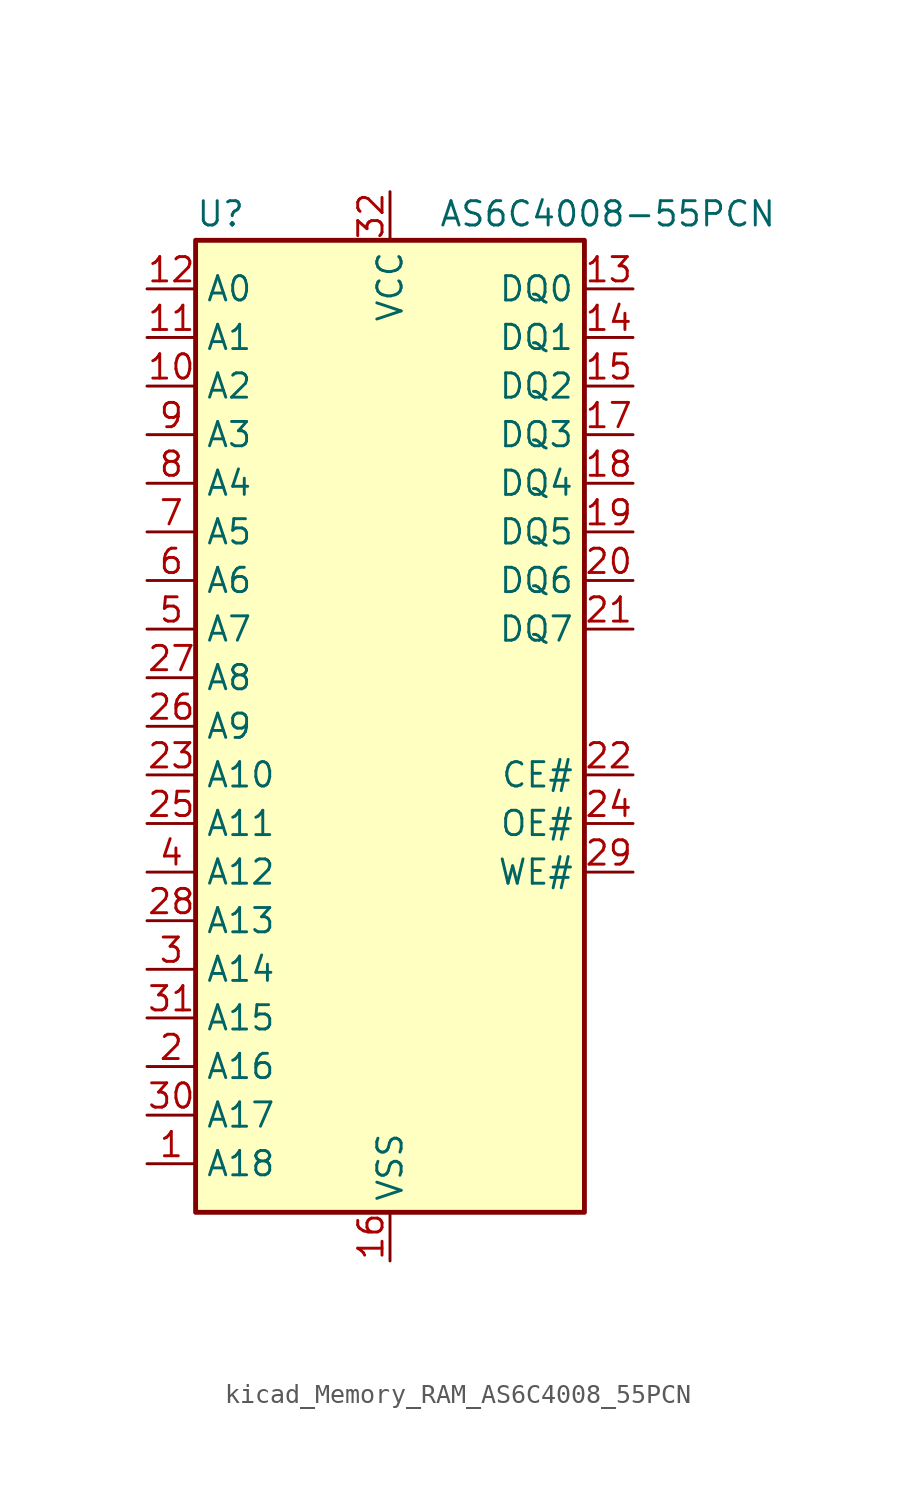
<source format=kicad_sym>
(kicad_symbol_lib
  (version 20220914)
  (generator kicad_symbol_editor)
  (symbol "kicad_Memory_RAM_AS6C4008_55PCN"
    (property "Reference" "U"
      (at -10.16 26.035 0)
      (effects (font (size 1.27 1.27)) (justify left bottom)))
    (property "Value" "AS6C4008-55PCN"
      (at 2.54 26.035 0)
      (effects (font (size 1.27 1.27)) (justify left bottom)))
    (symbol "kicad_Memory_RAM_AS6C4008_55PCN_0_0"
      (pin power_in line (at 0 -27.94 90) (length 2.54) (name "VSS" (effects (font (size 1.27 1.27)))) (number "16" (effects (font (size 1.27 1.27)))))
      (pin power_in line (at 0 27.94 270) (length 2.54) (name "VCC" (effects (font (size 1.27 1.27)))) (number "32" (effects (font (size 1.27 1.27))))))
    (symbol "kicad_Memory_RAM_AS6C4008_55PCN_0_1"
      (rectangle (start -10.16 25.4) (end 10.16 -25.4) (stroke (width 0.254) (type default)) (fill (type background))))
    (symbol "kicad_Memory_RAM_AS6C4008_55PCN_1_1"
      (pin input line (at -12.7 -22.86 0) (length 2.54) (name "A18" (effects (font (size 1.27 1.27)))) (number "1" (effects (font (size 1.27 1.27)))))
      (pin input line (at -12.7 17.78 0) (length 2.54) (name "A2" (effects (font (size 1.27 1.27)))) (number "10" (effects (font (size 1.27 1.27)))))
      (pin input line (at -12.7 20.32 0) (length 2.54) (name "A1" (effects (font (size 1.27 1.27)))) (number "11" (effects (font (size 1.27 1.27)))))
      (pin input line (at -12.7 22.86 0) (length 2.54) (name "A0" (effects (font (size 1.27 1.27)))) (number "12" (effects (font (size 1.27 1.27)))))
      (pin tri_state line (at 12.7 22.86 180) (length 2.54) (name "DQ0" (effects (font (size 1.27 1.27)))) (number "13" (effects (font (size 1.27 1.27)))))
      (pin tri_state line (at 12.7 20.32 180) (length 2.54) (name "DQ1" (effects (font (size 1.27 1.27)))) (number "14" (effects (font (size 1.27 1.27)))))
      (pin tri_state line (at 12.7 17.78 180) (length 2.54) (name "DQ2" (effects (font (size 1.27 1.27)))) (number "15" (effects (font (size 1.27 1.27)))))
      (pin tri_state line (at 12.7 15.24 180) (length 2.54) (name "DQ3" (effects (font (size 1.27 1.27)))) (number "17" (effects (font (size 1.27 1.27)))))
      (pin tri_state line (at 12.7 12.7 180) (length 2.54) (name "DQ4" (effects (font (size 1.27 1.27)))) (number "18" (effects (font (size 1.27 1.27)))))
      (pin tri_state line (at 12.7 10.16 180) (length 2.54) (name "DQ5" (effects (font (size 1.27 1.27)))) (number "19" (effects (font (size 1.27 1.27)))))
      (pin input line (at -12.7 -17.78 0) (length 2.54) (name "A16" (effects (font (size 1.27 1.27)))) (number "2" (effects (font (size 1.27 1.27)))))
      (pin tri_state line (at 12.7 7.62 180) (length 2.54) (name "DQ6" (effects (font (size 1.27 1.27)))) (number "20" (effects (font (size 1.27 1.27)))))
      (pin tri_state line (at 12.7 5.08 180) (length 2.54) (name "DQ7" (effects (font (size 1.27 1.27)))) (number "21" (effects (font (size 1.27 1.27)))))
      (pin input line (at 12.7 -2.54 180) (length 2.54) (name "CE#" (effects (font (size 1.27 1.27)))) (number "22" (effects (font (size 1.27 1.27)))))
      (pin input line (at -12.7 -2.54 0) (length 2.54) (name "A10" (effects (font (size 1.27 1.27)))) (number "23" (effects (font (size 1.27 1.27)))))
      (pin input line (at 12.7 -5.08 180) (length 2.54) (name "OE#" (effects (font (size 1.27 1.27)))) (number "24" (effects (font (size 1.27 1.27)))))
      (pin input line (at -12.7 -5.08 0) (length 2.54) (name "A11" (effects (font (size 1.27 1.27)))) (number "25" (effects (font (size 1.27 1.27)))))
      (pin input line (at -12.7 0 0) (length 2.54) (name "A9" (effects (font (size 1.27 1.27)))) (number "26" (effects (font (size 1.27 1.27)))))
      (pin input line (at -12.7 2.54 0) (length 2.54) (name "A8" (effects (font (size 1.27 1.27)))) (number "27" (effects (font (size 1.27 1.27)))))
      (pin input line (at -12.7 -10.16 0) (length 2.54) (name "A13" (effects (font (size 1.27 1.27)))) (number "28" (effects (font (size 1.27 1.27)))))
      (pin input line (at 12.7 -7.62 180) (length 2.54) (name "WE#" (effects (font (size 1.27 1.27)))) (number "29" (effects (font (size 1.27 1.27)))))
      (pin input line (at -12.7 -12.7 0) (length 2.54) (name "A14" (effects (font (size 1.27 1.27)))) (number "3" (effects (font (size 1.27 1.27)))))
      (pin input line (at -12.7 -20.32 0) (length 2.54) (name "A17" (effects (font (size 1.27 1.27)))) (number "30" (effects (font (size 1.27 1.27)))))
      (pin input line (at -12.7 -15.24 0) (length 2.54) (name "A15" (effects (font (size 1.27 1.27)))) (number "31" (effects (font (size 1.27 1.27)))))
      (pin input line (at -12.7 -7.62 0) (length 2.54) (name "A12" (effects (font (size 1.27 1.27)))) (number "4" (effects (font (size 1.27 1.27)))))
      (pin input line (at -12.7 5.08 0) (length 2.54) (name "A7" (effects (font (size 1.27 1.27)))) (number "5" (effects (font (size 1.27 1.27)))))
      (pin input line (at -12.7 7.62 0) (length 2.54) (name "A6" (effects (font (size 1.27 1.27)))) (number "6" (effects (font (size 1.27 1.27)))))
      (pin input line (at -12.7 10.16 0) (length 2.54) (name "A5" (effects (font (size 1.27 1.27)))) (number "7" (effects (font (size 1.27 1.27)))))
      (pin input line (at -12.7 12.7 0) (length 2.54) (name "A4" (effects (font (size 1.27 1.27)))) (number "8" (effects (font (size 1.27 1.27)))))
      (pin input line (at -12.7 15.24 0) (length 2.54) (name "A3" (effects (font (size 1.27 1.27)))) (number "9" (effects (font (size 1.27 1.27))))))))
</source>
